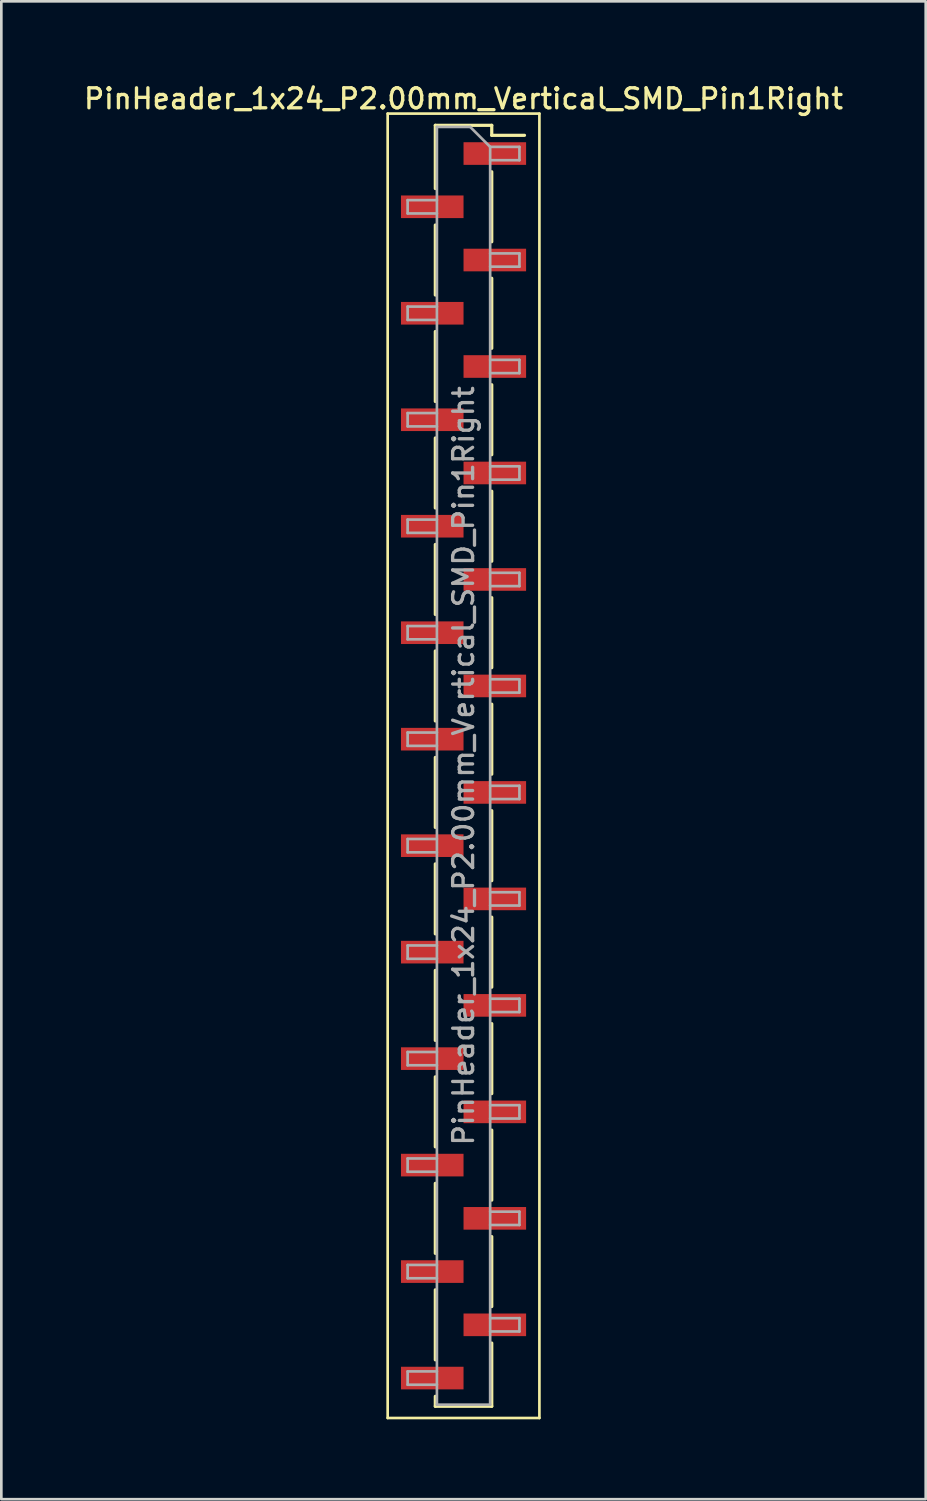
<source format=kicad_pcb>
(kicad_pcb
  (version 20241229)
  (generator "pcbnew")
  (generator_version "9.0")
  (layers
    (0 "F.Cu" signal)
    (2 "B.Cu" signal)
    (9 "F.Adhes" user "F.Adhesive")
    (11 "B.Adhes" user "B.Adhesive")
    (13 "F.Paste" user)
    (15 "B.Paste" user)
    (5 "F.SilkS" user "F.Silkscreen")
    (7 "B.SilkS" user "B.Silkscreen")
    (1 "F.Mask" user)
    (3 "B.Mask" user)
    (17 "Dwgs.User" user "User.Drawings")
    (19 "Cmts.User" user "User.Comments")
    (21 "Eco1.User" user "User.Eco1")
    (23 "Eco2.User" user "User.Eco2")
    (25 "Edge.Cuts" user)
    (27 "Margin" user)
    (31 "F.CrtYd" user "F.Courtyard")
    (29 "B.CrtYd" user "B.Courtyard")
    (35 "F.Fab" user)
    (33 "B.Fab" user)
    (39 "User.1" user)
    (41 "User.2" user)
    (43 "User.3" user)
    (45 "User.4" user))
  (footprint "PinHeader_1x24_P2.00mm_Vertical_SMD_Pin1Right"
    (layer "F.Cu")
    (at 14.363 25.718)
    (property "Reference" "PinHeader_1x24_P2.00mm_Vertical_SMD_Pin1Right" (at 0 -25.06 0) (layer "F.SilkS") (effects (font (size 0.75 0.75) (thickness 0.125))))
    (attr smd)
    (fp_line (start -2.85 -24.5) (end -2.85 24.5) (stroke (width 0.1) (type solid)) (layer "F.SilkS"))
    (fp_line (start -2.85 24.5) (end 2.85 24.5) (stroke (width 0.1) (type solid)) (layer "F.SilkS"))
    (fp_line (start -1.06 -24.06) (end -1.06 -21.685) (stroke (width 0.12) (type solid)) (layer "F.SilkS"))
    (fp_line (start -1.06 -24.06) (end 1.06 -24.06) (stroke (width 0.12) (type solid)) (layer "F.SilkS"))
    (fp_line (start -1.06 -20.315) (end -1.06 -17.685) (stroke (width 0.12) (type solid)) (layer "F.SilkS"))
    (fp_line (start -1.06 -16.315) (end -1.06 -13.685) (stroke (width 0.12) (type solid)) (layer "F.SilkS"))
    (fp_line (start -1.06 -12.315) (end -1.06 -9.685) (stroke (width 0.12) (type solid)) (layer "F.SilkS"))
    (fp_line (start -1.06 -8.315) (end -1.06 -5.685) (stroke (width 0.12) (type solid)) (layer "F.SilkS"))
    (fp_line (start -1.06 -4.315) (end -1.06 -1.685) (stroke (width 0.12) (type solid)) (layer "F.SilkS"))
    (fp_line (start -1.06 -0.315) (end -1.06 2.315) (stroke (width 0.12) (type solid)) (layer "F.SilkS"))
    (fp_line (start -1.06 3.685) (end -1.06 6.315) (stroke (width 0.12) (type solid)) (layer "F.SilkS"))
    (fp_line (start -1.06 7.685) (end -1.06 10.315) (stroke (width 0.12) (type solid)) (layer "F.SilkS"))
    (fp_line (start -1.06 11.685) (end -1.06 14.315) (stroke (width 0.12) (type solid)) (layer "F.SilkS"))
    (fp_line (start -1.06 15.685) (end -1.06 18.315) (stroke (width 0.12) (type solid)) (layer "F.SilkS"))
    (fp_line (start -1.06 19.685) (end -1.06 22.315) (stroke (width 0.12) (type solid)) (layer "F.SilkS"))
    (fp_line (start -1.06 23.685) (end -1.06 24.06) (stroke (width 0.12) (type solid)) (layer "F.SilkS"))
    (fp_line (start -1.06 24.06) (end 1.06 24.06) (stroke (width 0.12) (type solid)) (layer "F.SilkS"))
    (fp_line (start 1.06 -24.06) (end 1.06 -23.685) (stroke (width 0.12) (type solid)) (layer "F.SilkS"))
    (fp_line (start 1.06 -23.685) (end 2.29 -23.685) (stroke (width 0.12) (type solid)) (layer "F.SilkS"))
    (fp_line (start 1.06 -22.315) (end 1.06 -19.685) (stroke (width 0.12) (type solid)) (layer "F.SilkS"))
    (fp_line (start 1.06 -18.315) (end 1.06 -15.685) (stroke (width 0.12) (type solid)) (layer "F.SilkS"))
    (fp_line (start 1.06 -14.315) (end 1.06 -11.685) (stroke (width 0.12) (type solid)) (layer "F.SilkS"))
    (fp_line (start 1.06 -10.315) (end 1.06 -7.685) (stroke (width 0.12) (type solid)) (layer "F.SilkS"))
    (fp_line (start 1.06 -6.315) (end 1.06 -3.685) (stroke (width 0.12) (type solid)) (layer "F.SilkS"))
    (fp_line (start 1.06 -2.315) (end 1.06 0.315) (stroke (width 0.12) (type solid)) (layer "F.SilkS"))
    (fp_line (start 1.06 1.685) (end 1.06 4.315) (stroke (width 0.12) (type solid)) (layer "F.SilkS"))
    (fp_line (start 1.06 5.685) (end 1.06 8.315) (stroke (width 0.12) (type solid)) (layer "F.SilkS"))
    (fp_line (start 1.06 9.685) (end 1.06 12.315) (stroke (width 0.12) (type solid)) (layer "F.SilkS"))
    (fp_line (start 1.06 13.685) (end 1.06 16.315) (stroke (width 0.12) (type solid)) (layer "F.SilkS"))
    (fp_line (start 1.06 17.685) (end 1.06 20.315) (stroke (width 0.12) (type solid)) (layer "F.SilkS"))
    (fp_line (start 1.06 21.685) (end 1.06 24.06) (stroke (width 0.12) (type solid)) (layer "F.SilkS"))
    (fp_line (start 2.85 -24.5) (end -2.85 -24.5) (stroke (width 0.1) (type solid)) (layer "F.SilkS"))
    (fp_line (start 2.85 24.5) (end 2.85 -24.5) (stroke (width 0.1) (type solid)) (layer "F.SilkS"))
    (fp_line (start -2.1 -21.25) (end -2.1 -20.75) (stroke (width 0.1) (type solid)) (layer "F.Fab"))
    (fp_line (start -2.1 -20.75) (end -1 -20.75) (stroke (width 0.1) (type solid)) (layer "F.Fab"))
    (fp_line (start -2.1 -17.25) (end -2.1 -16.75) (stroke (width 0.1) (type solid)) (layer "F.Fab"))
    (fp_line (start -2.1 -16.75) (end -1 -16.75) (stroke (width 0.1) (type solid)) (layer "F.Fab"))
    (fp_line (start -2.1 -13.25) (end -2.1 -12.75) (stroke (width 0.1) (type solid)) (layer "F.Fab"))
    (fp_line (start -2.1 -12.75) (end -1 -12.75) (stroke (width 0.1) (type solid)) (layer "F.Fab"))
    (fp_line (start -2.1 -9.25) (end -2.1 -8.75) (stroke (width 0.1) (type solid)) (layer "F.Fab"))
    (fp_line (start -2.1 -8.75) (end -1 -8.75) (stroke (width 0.1) (type solid)) (layer "F.Fab"))
    (fp_line (start -2.1 -5.25) (end -2.1 -4.75) (stroke (width 0.1) (type solid)) (layer "F.Fab"))
    (fp_line (start -2.1 -4.75) (end -1 -4.75) (stroke (width 0.1) (type solid)) (layer "F.Fab"))
    (fp_line (start -2.1 -1.25) (end -2.1 -0.75) (stroke (width 0.1) (type solid)) (layer "F.Fab"))
    (fp_line (start -2.1 -0.75) (end -1 -0.75) (stroke (width 0.1) (type solid)) (layer "F.Fab"))
    (fp_line (start -2.1 2.75) (end -2.1 3.25) (stroke (width 0.1) (type solid)) (layer "F.Fab"))
    (fp_line (start -2.1 3.25) (end -1 3.25) (stroke (width 0.1) (type solid)) (layer "F.Fab"))
    (fp_line (start -2.1 6.75) (end -2.1 7.25) (stroke (width 0.1) (type solid)) (layer "F.Fab"))
    (fp_line (start -2.1 7.25) (end -1 7.25) (stroke (width 0.1) (type solid)) (layer "F.Fab"))
    (fp_line (start -2.1 10.75) (end -2.1 11.25) (stroke (width 0.1) (type solid)) (layer "F.Fab"))
    (fp_line (start -2.1 11.25) (end -1 11.25) (stroke (width 0.1) (type solid)) (layer "F.Fab"))
    (fp_line (start -2.1 14.75) (end -2.1 15.25) (stroke (width 0.1) (type solid)) (layer "F.Fab"))
    (fp_line (start -2.1 15.25) (end -1 15.25) (stroke (width 0.1) (type solid)) (layer "F.Fab"))
    (fp_line (start -2.1 18.75) (end -2.1 19.25) (stroke (width 0.1) (type solid)) (layer "F.Fab"))
    (fp_line (start -2.1 19.25) (end -1 19.25) (stroke (width 0.1) (type solid)) (layer "F.Fab"))
    (fp_line (start -2.1 22.75) (end -2.1 23.25) (stroke (width 0.1) (type solid)) (layer "F.Fab"))
    (fp_line (start -2.1 23.25) (end -1 23.25) (stroke (width 0.1) (type solid)) (layer "F.Fab"))
    (fp_line (start -1 -24) (end -1 24) (stroke (width 0.1) (type solid)) (layer "F.Fab"))
    (fp_line (start -1 -24) (end 0.25 -24) (stroke (width 0.1) (type solid)) (layer "F.Fab"))
    (fp_line (start -1 -21.25) (end -2.1 -21.25) (stroke (width 0.1) (type solid)) (layer "F.Fab"))
    (fp_line (start -1 -17.25) (end -2.1 -17.25) (stroke (width 0.1) (type solid)) (layer "F.Fab"))
    (fp_line (start -1 -13.25) (end -2.1 -13.25) (stroke (width 0.1) (type solid)) (layer "F.Fab"))
    (fp_line (start -1 -9.25) (end -2.1 -9.25) (stroke (width 0.1) (type solid)) (layer "F.Fab"))
    (fp_line (start -1 -5.25) (end -2.1 -5.25) (stroke (width 0.1) (type solid)) (layer "F.Fab"))
    (fp_line (start -1 -1.25) (end -2.1 -1.25) (stroke (width 0.1) (type solid)) (layer "F.Fab"))
    (fp_line (start -1 2.75) (end -2.1 2.75) (stroke (width 0.1) (type solid)) (layer "F.Fab"))
    (fp_line (start -1 6.75) (end -2.1 6.75) (stroke (width 0.1) (type solid)) (layer "F.Fab"))
    (fp_line (start -1 10.75) (end -2.1 10.75) (stroke (width 0.1) (type solid)) (layer "F.Fab"))
    (fp_line (start -1 14.75) (end -2.1 14.75) (stroke (width 0.1) (type solid)) (layer "F.Fab"))
    (fp_line (start -1 18.75) (end -2.1 18.75) (stroke (width 0.1) (type solid)) (layer "F.Fab"))
    (fp_line (start -1 22.75) (end -2.1 22.75) (stroke (width 0.1) (type solid)) (layer "F.Fab"))
    (fp_line (start 1 -23.25) (end 0.25 -24) (stroke (width 0.1) (type solid)) (layer "F.Fab"))
    (fp_line (start 1 -23.25) (end 2.1 -23.25) (stroke (width 0.1) (type solid)) (layer "F.Fab"))
    (fp_line (start 1 -19.25) (end 2.1 -19.25) (stroke (width 0.1) (type solid)) (layer "F.Fab"))
    (fp_line (start 1 -15.25) (end 2.1 -15.25) (stroke (width 0.1) (type solid)) (layer "F.Fab"))
    (fp_line (start 1 -11.25) (end 2.1 -11.25) (stroke (width 0.1) (type solid)) (layer "F.Fab"))
    (fp_line (start 1 -7.25) (end 2.1 -7.25) (stroke (width 0.1) (type solid)) (layer "F.Fab"))
    (fp_line (start 1 -3.25) (end 2.1 -3.25) (stroke (width 0.1) (type solid)) (layer "F.Fab"))
    (fp_line (start 1 0.75) (end 2.1 0.75) (stroke (width 0.1) (type solid)) (layer "F.Fab"))
    (fp_line (start 1 4.75) (end 2.1 4.75) (stroke (width 0.1) (type solid)) (layer "F.Fab"))
    (fp_line (start 1 8.75) (end 2.1 8.75) (stroke (width 0.1) (type solid)) (layer "F.Fab"))
    (fp_line (start 1 12.75) (end 2.1 12.75) (stroke (width 0.1) (type solid)) (layer "F.Fab"))
    (fp_line (start 1 16.75) (end 2.1 16.75) (stroke (width 0.1) (type solid)) (layer "F.Fab"))
    (fp_line (start 1 20.75) (end 2.1 20.75) (stroke (width 0.1) (type solid)) (layer "F.Fab"))
    (fp_line (start 1 24) (end -1 24) (stroke (width 0.1) (type solid)) (layer "F.Fab"))
    (fp_line (start 1 24) (end 1 -23.25) (stroke (width 0.1) (type solid)) (layer "F.Fab"))
    (fp_line (start 2.1 -23.25) (end 2.1 -22.75) (stroke (width 0.1) (type solid)) (layer "F.Fab"))
    (fp_line (start 2.1 -22.75) (end 1 -22.75) (stroke (width 0.1) (type solid)) (layer "F.Fab"))
    (fp_line (start 2.1 -19.25) (end 2.1 -18.75) (stroke (width 0.1) (type solid)) (layer "F.Fab"))
    (fp_line (start 2.1 -18.75) (end 1 -18.75) (stroke (width 0.1) (type solid)) (layer "F.Fab"))
    (fp_line (start 2.1 -15.25) (end 2.1 -14.75) (stroke (width 0.1) (type solid)) (layer "F.Fab"))
    (fp_line (start 2.1 -14.75) (end 1 -14.75) (stroke (width 0.1) (type solid)) (layer "F.Fab"))
    (fp_line (start 2.1 -11.25) (end 2.1 -10.75) (stroke (width 0.1) (type solid)) (layer "F.Fab"))
    (fp_line (start 2.1 -10.75) (end 1 -10.75) (stroke (width 0.1) (type solid)) (layer "F.Fab"))
    (fp_line (start 2.1 -7.25) (end 2.1 -6.75) (stroke (width 0.1) (type solid)) (layer "F.Fab"))
    (fp_line (start 2.1 -6.75) (end 1 -6.75) (stroke (width 0.1) (type solid)) (layer "F.Fab"))
    (fp_line (start 2.1 -3.25) (end 2.1 -2.75) (stroke (width 0.1) (type solid)) (layer "F.Fab"))
    (fp_line (start 2.1 -2.75) (end 1 -2.75) (stroke (width 0.1) (type solid)) (layer "F.Fab"))
    (fp_line (start 2.1 0.75) (end 2.1 1.25) (stroke (width 0.1) (type solid)) (layer "F.Fab"))
    (fp_line (start 2.1 1.25) (end 1 1.25) (stroke (width 0.1) (type solid)) (layer "F.Fab"))
    (fp_line (start 2.1 4.75) (end 2.1 5.25) (stroke (width 0.1) (type solid)) (layer "F.Fab"))
    (fp_line (start 2.1 5.25) (end 1 5.25) (stroke (width 0.1) (type solid)) (layer "F.Fab"))
    (fp_line (start 2.1 8.75) (end 2.1 9.25) (stroke (width 0.1) (type solid)) (layer "F.Fab"))
    (fp_line (start 2.1 9.25) (end 1 9.25) (stroke (width 0.1) (type solid)) (layer "F.Fab"))
    (fp_line (start 2.1 12.75) (end 2.1 13.25) (stroke (width 0.1) (type solid)) (layer "F.Fab"))
    (fp_line (start 2.1 13.25) (end 1 13.25) (stroke (width 0.1) (type solid)) (layer "F.Fab"))
    (fp_line (start 2.1 16.75) (end 2.1 17.25) (stroke (width 0.1) (type solid)) (layer "F.Fab"))
    (fp_line (start 2.1 17.25) (end 1 17.25) (stroke (width 0.1) (type solid)) (layer "F.Fab"))
    (fp_line (start 2.1 20.75) (end 2.1 21.25) (stroke (width 0.1) (type solid)) (layer "F.Fab"))
    (fp_line (start 2.1 21.25) (end 1 21.25) (stroke (width 0.1) (type solid)) (layer "F.Fab"))
    (fp_text user "${REFERENCE}" (at 0 0 90) (layer "F.Fab") (effects (font (size 0.75 0.75) (thickness 0.125))))
    (pad "1" smd rect (at 1.175 -23) (size 2.35 0.85) (layers "F.Cu" "F.Mask" "F.Paste"))
    (pad "2" smd rect (at -1.175 -21) (size 2.35 0.85) (layers "F.Cu" "F.Mask" "F.Paste"))
    (pad "3" smd rect (at 1.175 -19) (size 2.35 0.85) (layers "F.Cu" "F.Mask" "F.Paste"))
    (pad "4" smd rect (at -1.175 -17) (size 2.35 0.85) (layers "F.Cu" "F.Mask" "F.Paste"))
    (pad "5" smd rect (at 1.175 -15) (size 2.35 0.85) (layers "F.Cu" "F.Mask" "F.Paste"))
    (pad "6" smd rect (at -1.175 -13) (size 2.35 0.85) (layers "F.Cu" "F.Mask" "F.Paste"))
    (pad "7" smd rect (at 1.175 -11) (size 2.35 0.85) (layers "F.Cu" "F.Mask" "F.Paste"))
    (pad "8" smd rect (at -1.175 -9) (size 2.35 0.85) (layers "F.Cu" "F.Mask" "F.Paste"))
    (pad "9" smd rect (at 1.175 -7) (size 2.35 0.85) (layers "F.Cu" "F.Mask" "F.Paste"))
    (pad "10" smd rect (at -1.175 -5) (size 2.35 0.85) (layers "F.Cu" "F.Mask" "F.Paste"))
    (pad "11" smd rect (at 1.175 -3) (size 2.35 0.85) (layers "F.Cu" "F.Mask" "F.Paste"))
    (pad "12" smd rect (at -1.175 -1) (size 2.35 0.85) (layers "F.Cu" "F.Mask" "F.Paste"))
    (pad "13" smd rect (at 1.175 1) (size 2.35 0.85) (layers "F.Cu" "F.Mask" "F.Paste"))
    (pad "14" smd rect (at -1.175 3) (size 2.35 0.85) (layers "F.Cu" "F.Mask" "F.Paste"))
    (pad "15" smd rect (at 1.175 5) (size 2.35 0.85) (layers "F.Cu" "F.Mask" "F.Paste"))
    (pad "16" smd rect (at -1.175 7) (size 2.35 0.85) (layers "F.Cu" "F.Mask" "F.Paste"))
    (pad "17" smd rect (at 1.175 9) (size 2.35 0.85) (layers "F.Cu" "F.Mask" "F.Paste"))
    (pad "18" smd rect (at -1.175 11) (size 2.35 0.85) (layers "F.Cu" "F.Mask" "F.Paste"))
    (pad "19" smd rect (at 1.175 13) (size 2.35 0.85) (layers "F.Cu" "F.Mask" "F.Paste"))
    (pad "20" smd rect (at -1.175 15) (size 2.35 0.85) (layers "F.Cu" "F.Mask" "F.Paste"))
    (pad "21" smd rect (at 1.175 17) (size 2.35 0.85) (layers "F.Cu" "F.Mask" "F.Paste"))
    (pad "22" smd rect (at -1.175 19) (size 2.35 0.85) (layers "F.Cu" "F.Mask" "F.Paste"))
    (pad "23" smd rect (at 1.175 21) (size 2.35 0.85) (layers "F.Cu" "F.Mask" "F.Paste"))
    (pad "24" smd rect (at -1.175 23) (size 2.35 0.85) (layers "F.Cu" "F.Mask" "F.Paste")))
  (gr_rect
    (start -3 -3)
    (end 31.725 53.268)
    (stroke (width 0.1) (type default))
    (fill no)
    (layer "Edge.Cuts")))
</source>
